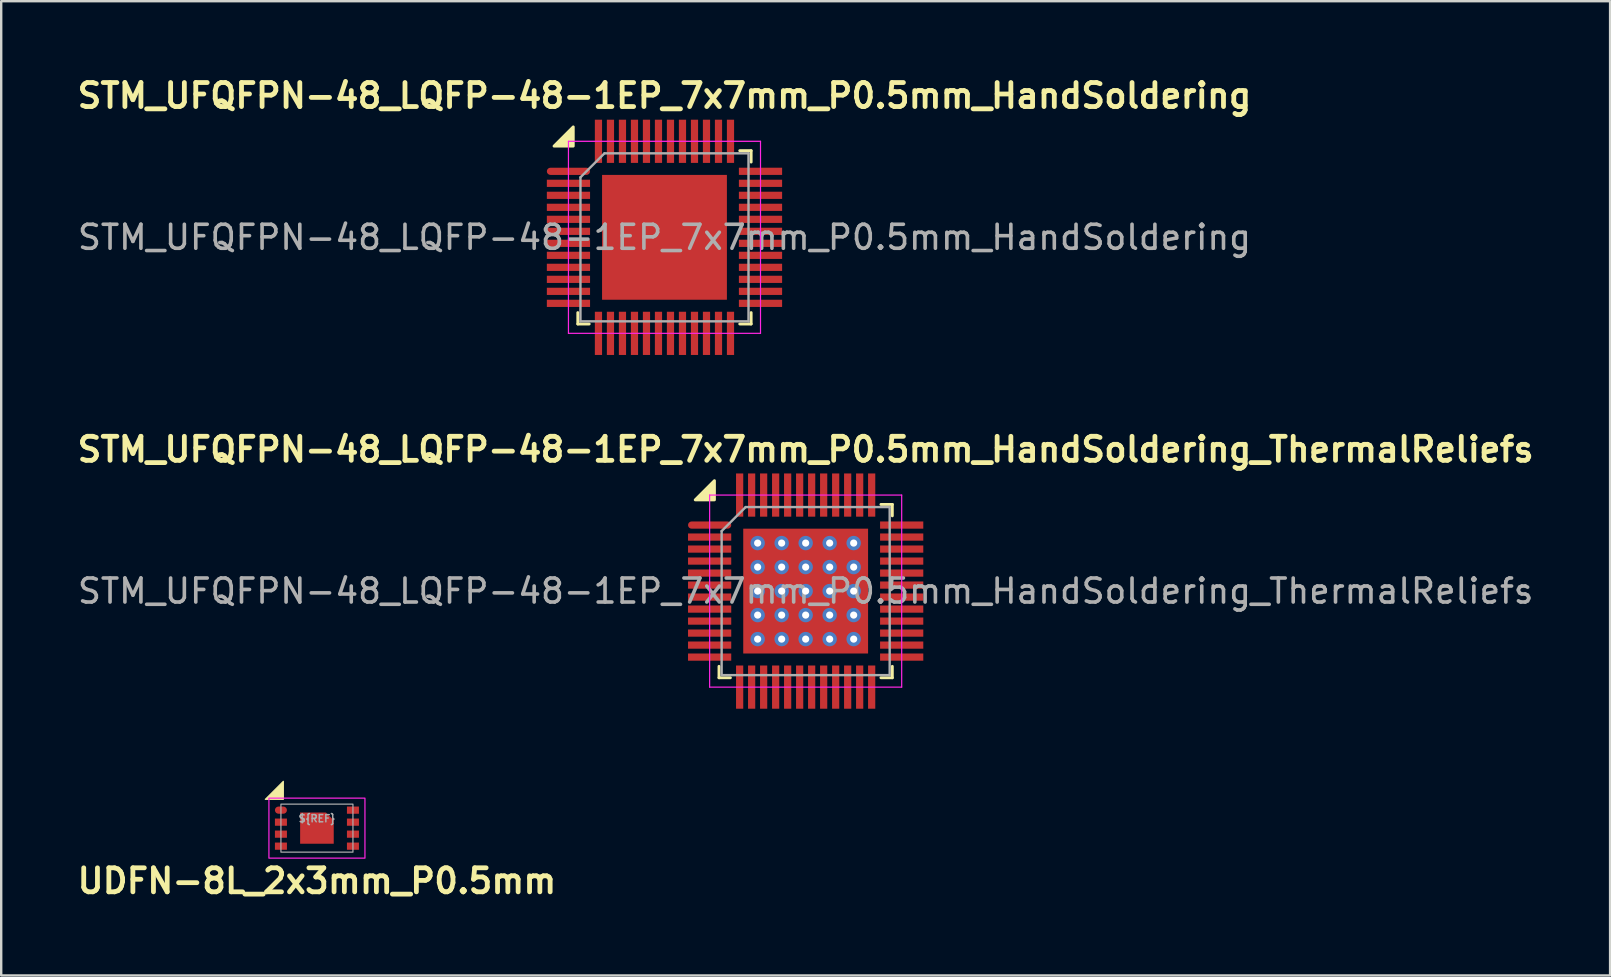
<source format=kicad_pcb>
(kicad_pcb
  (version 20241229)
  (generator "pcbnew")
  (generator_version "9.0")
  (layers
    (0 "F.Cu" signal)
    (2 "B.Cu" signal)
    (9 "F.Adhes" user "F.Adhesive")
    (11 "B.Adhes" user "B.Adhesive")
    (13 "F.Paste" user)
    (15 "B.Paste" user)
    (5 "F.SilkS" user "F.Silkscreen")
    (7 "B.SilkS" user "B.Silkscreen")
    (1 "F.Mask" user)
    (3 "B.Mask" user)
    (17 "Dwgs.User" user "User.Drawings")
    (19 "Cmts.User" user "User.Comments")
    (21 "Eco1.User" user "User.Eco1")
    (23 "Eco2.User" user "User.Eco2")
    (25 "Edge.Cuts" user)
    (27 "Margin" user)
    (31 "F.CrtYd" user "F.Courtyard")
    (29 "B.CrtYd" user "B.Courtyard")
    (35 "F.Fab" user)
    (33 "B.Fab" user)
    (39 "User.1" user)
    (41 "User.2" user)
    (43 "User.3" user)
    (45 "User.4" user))
  (footprint "STM_UFQFPN-48_LQFP-48-1EP_7x7mm_P0.5mm_HandSoldering_ThermalReliefs"
    (layer "F.Cu")
    (at 30.51 21.572)
    (property "Reference" "STM_UFQFPN-48_LQFP-48-1EP_7x7mm_P0.5mm_HandSoldering_ThermalReliefs" (at 0 -5.9 0) (layer "F.SilkS") (effects (font (size 1 1) (thickness 0.2))))
    (attr smd)
    (fp_line (start -3.61 3.61) (end -3.61 3.135) (stroke (width 0.12) (type solid)) (layer "F.SilkS"))
    (fp_line (start -3.135 3.61) (end -3.61 3.61) (stroke (width 0.12) (type solid)) (layer "F.SilkS"))
    (fp_line (start 3.135 -3.61) (end 3.61 -3.61) (stroke (width 0.12) (type solid)) (layer "F.SilkS"))
    (fp_line (start 3.135 3.61) (end 3.61 3.61) (stroke (width 0.12) (type solid)) (layer "F.SilkS"))
    (fp_line (start 3.61 -3.61) (end 3.61 -3.135) (stroke (width 0.12) (type solid)) (layer "F.SilkS"))
    (fp_line (start 3.61 3.61) (end 3.61 3.135) (stroke (width 0.12) (type solid)) (layer "F.SilkS"))
    (fp_poly (pts (xy -3.8 -3.8) (xy -4.6 -3.8) (xy -3.8 -4.6)) (stroke (width 0.12) (type solid)) (fill yes) (layer "F.SilkS"))
    (fp_line (start -4 -4) (end -4 4) (stroke (width 0.05) (type solid)) (layer "F.CrtYd"))
    (fp_line (start -4 4) (end 4 4) (stroke (width 0.05) (type solid)) (layer "F.CrtYd"))
    (fp_line (start 4 -4) (end -4 -4) (stroke (width 0.05) (type solid)) (layer "F.CrtYd"))
    (fp_line (start 4 4) (end 4 -4) (stroke (width 0.05) (type solid)) (layer "F.CrtYd"))
    (fp_line (start -3.5 -2.5) (end -2.5 -3.5) (stroke (width 0.1) (type solid)) (layer "F.Fab"))
    (fp_line (start -3.5 3.5) (end -3.5 -2.5) (stroke (width 0.1) (type solid)) (layer "F.Fab"))
    (fp_line (start -2.5 -3.5) (end 3.5 -3.5) (stroke (width 0.1) (type solid)) (layer "F.Fab"))
    (fp_line (start 3.5 -3.5) (end 3.5 3.5) (stroke (width 0.1) (type solid)) (layer "F.Fab"))
    (fp_line (start 3.5 3.5) (end -3.5 3.5) (stroke (width 0.1) (type solid)) (layer "F.Fab"))
    (fp_text user "${REFERENCE}" (at 0 0 0) (layer "F.Fab") (effects (font (size 1 1) (thickness 0.15))))
    (pad "" smd roundrect (at -2.04 -2.04) (size 1.1 1.1) (layers "F.Paste") (roundrect_rratio 0.227))
    (pad "" smd roundrect (at -2.04 -0.68) (size 1.1 1.1) (layers "F.Paste") (roundrect_rratio 0.227))
    (pad "" smd roundrect (at -2.04 0.68) (size 1.1 1.1) (layers "F.Paste") (roundrect_rratio 0.227))
    (pad "" smd roundrect (at -2.04 2.04) (size 1.1 1.1) (layers "F.Paste") (roundrect_rratio 0.227))
    (pad "" smd roundrect (at -0.68 -2.04) (size 1.1 1.1) (layers "F.Paste") (roundrect_rratio 0.227))
    (pad "" smd roundrect (at -0.68 -0.68) (size 1.1 1.1) (layers "F.Paste") (roundrect_rratio 0.227))
    (pad "" smd roundrect (at -0.68 0.68) (size 1.1 1.1) (layers "F.Paste") (roundrect_rratio 0.227))
    (pad "" smd roundrect (at -0.68 2.04) (size 1.1 1.1) (layers "F.Paste") (roundrect_rratio 0.227))
    (pad "" smd roundrect (at 0.68 -2.04) (size 1.1 1.1) (layers "F.Paste") (roundrect_rratio 0.227))
    (pad "" smd roundrect (at 0.68 -0.68) (size 1.1 1.1) (layers "F.Paste") (roundrect_rratio 0.227))
    (pad "" smd roundrect (at 0.68 0.68) (size 1.1 1.1) (layers "F.Paste") (roundrect_rratio 0.227))
    (pad "" smd roundrect (at 0.68 2.04) (size 1.1 1.1) (layers "F.Paste") (roundrect_rratio 0.227))
    (pad "" smd roundrect (at 2.04 -2.04) (size 1.1 1.1) (layers "F.Paste") (roundrect_rratio 0.227))
    (pad "" smd roundrect (at 2.04 -0.68) (size 1.1 1.1) (layers "F.Paste") (roundrect_rratio 0.227))
    (pad "" smd roundrect (at 2.04 0.68) (size 1.1 1.1) (layers "F.Paste") (roundrect_rratio 0.227))
    (pad "" smd roundrect (at 2.04 2.04) (size 1.1 1.1) (layers "F.Paste") (roundrect_rratio 0.227))
    (pad "1" smd roundrect (at -4 -2.75) (size 1.8 0.3) (layers "F.Cu" "F.Mask" "F.Paste") (roundrect_rratio 0.5))
    (pad "2" smd rect (at -4 -2.25) (size 1.8 0.3) (layers "F.Cu" "F.Mask" "F.Paste"))
    (pad "3" smd rect (at -4 -1.75) (size 1.8 0.3) (layers "F.Cu" "F.Mask" "F.Paste"))
    (pad "4" smd rect (at -4 -1.25) (size 1.8 0.3) (layers "F.Cu" "F.Mask" "F.Paste"))
    (pad "5" smd rect (at -4 -0.75) (size 1.8 0.3) (layers "F.Cu" "F.Mask" "F.Paste"))
    (pad "6" smd rect (at -4 -0.25) (size 1.8 0.3) (layers "F.Cu" "F.Mask" "F.Paste"))
    (pad "7" smd rect (at -4 0.25) (size 1.8 0.3) (layers "F.Cu" "F.Mask" "F.Paste"))
    (pad "8" smd rect (at -4 0.75) (size 1.8 0.3) (layers "F.Cu" "F.Mask" "F.Paste"))
    (pad "9" smd rect (at -4 1.25) (size 1.8 0.3) (layers "F.Cu" "F.Mask" "F.Paste"))
    (pad "10" smd rect (at -4 1.75) (size 1.8 0.3) (layers "F.Cu" "F.Mask" "F.Paste"))
    (pad "11" smd rect (at -4 2.25) (size 1.8 0.3) (layers "F.Cu" "F.Mask" "F.Paste"))
    (pad "12" smd rect (at -4 2.75) (size 1.8 0.3) (layers "F.Cu" "F.Mask" "F.Paste"))
    (pad "13" smd rect (at -2.75 4 90) (size 1.8 0.3) (layers "F.Cu" "F.Mask" "F.Paste"))
    (pad "14" smd rect (at -2.25 4 90) (size 1.8 0.3) (layers "F.Cu" "F.Mask" "F.Paste"))
    (pad "15" smd rect (at -1.75 4 90) (size 1.8 0.3) (layers "F.Cu" "F.Mask" "F.Paste"))
    (pad "16" smd rect (at -1.25 4 90) (size 1.8 0.3) (layers "F.Cu" "F.Mask" "F.Paste"))
    (pad "17" smd rect (at -0.75 4 90) (size 1.8 0.3) (layers "F.Cu" "F.Mask" "F.Paste"))
    (pad "18" smd rect (at -0.25 4 90) (size 1.8 0.3) (layers "F.Cu" "F.Mask" "F.Paste"))
    (pad "19" smd rect (at 0.25 4 90) (size 1.8 0.3) (layers "F.Cu" "F.Mask" "F.Paste"))
    (pad "20" smd rect (at 0.75 4 90) (size 1.8 0.3) (layers "F.Cu" "F.Mask" "F.Paste"))
    (pad "21" smd rect (at 1.25 4 90) (size 1.8 0.3) (layers "F.Cu" "F.Mask" "F.Paste"))
    (pad "22" smd rect (at 1.75 4 90) (size 1.8 0.3) (layers "F.Cu" "F.Mask" "F.Paste"))
    (pad "23" smd rect (at 2.25 4 90) (size 1.8 0.3) (layers "F.Cu" "F.Mask" "F.Paste"))
    (pad "24" smd rect (at 2.75 4 90) (size 1.8 0.3) (layers "F.Cu" "F.Mask" "F.Paste"))
    (pad "25" smd rect (at 4 2.75) (size 1.8 0.3) (layers "F.Cu" "F.Mask" "F.Paste"))
    (pad "26" smd rect (at 4 2.25) (size 1.8 0.3) (layers "F.Cu" "F.Mask" "F.Paste"))
    (pad "27" smd rect (at 4 1.75) (size 1.8 0.3) (layers "F.Cu" "F.Mask" "F.Paste"))
    (pad "28" smd rect (at 4 1.25) (size 1.8 0.3) (layers "F.Cu" "F.Mask" "F.Paste"))
    (pad "29" smd rect (at 4 0.75) (size 1.8 0.3) (layers "F.Cu" "F.Mask" "F.Paste"))
    (pad "30" smd rect (at 4 0.25) (size 1.8 0.3) (layers "F.Cu" "F.Mask" "F.Paste"))
    (pad "31" smd rect (at 4 -0.25) (size 1.8 0.3) (layers "F.Cu" "F.Mask" "F.Paste"))
    (pad "32" smd rect (at 4 -0.75) (size 1.8 0.3) (layers "F.Cu" "F.Mask" "F.Paste"))
    (pad "33" smd rect (at 4 -1.25) (size 1.8 0.3) (layers "F.Cu" "F.Mask" "F.Paste"))
    (pad "34" smd rect (at 4 -1.75) (size 1.8 0.3) (layers "F.Cu" "F.Mask" "F.Paste"))
    (pad "35" smd rect (at 4 -2.25) (size 1.8 0.3) (layers "F.Cu" "F.Mask" "F.Paste"))
    (pad "36" smd rect (at 4 -2.75) (size 1.8 0.3) (layers "F.Cu" "F.Mask" "F.Paste"))
    (pad "37" smd rect (at 2.75 -4 90) (size 1.8 0.3) (layers "F.Cu" "F.Mask" "F.Paste"))
    (pad "38" smd rect (at 2.25 -4 90) (size 1.8 0.3) (layers "F.Cu" "F.Mask" "F.Paste"))
    (pad "39" smd rect (at 1.75 -4 90) (size 1.8 0.3) (layers "F.Cu" "F.Mask" "F.Paste"))
    (pad "40" smd rect (at 1.25 -4 90) (size 1.8 0.3) (layers "F.Cu" "F.Mask" "F.Paste"))
    (pad "41" smd rect (at 0.75 -4 90) (size 1.8 0.3) (layers "F.Cu" "F.Mask" "F.Paste"))
    (pad "42" smd rect (at 0.25 -4 90) (size 1.8 0.3) (layers "F.Cu" "F.Mask" "F.Paste"))
    (pad "43" smd rect (at -0.25 -4 90) (size 1.8 0.3) (layers "F.Cu" "F.Mask" "F.Paste"))
    (pad "44" smd rect (at -0.75 -4 90) (size 1.8 0.3) (layers "F.Cu" "F.Mask" "F.Paste"))
    (pad "45" smd rect (at -1.25 -4 90) (size 1.8 0.3) (layers "F.Cu" "F.Mask" "F.Paste"))
    (pad "46" smd rect (at -1.75 -4 90) (size 1.8 0.3) (layers "F.Cu" "F.Mask" "F.Paste"))
    (pad "47" smd rect (at -2.25 -4 90) (size 1.8 0.3) (layers "F.Cu" "F.Mask" "F.Paste"))
    (pad "47" thru_hole circle (at -2 -2) (size 0.6 0.6) (drill 0.3) (layers "*.Cu" "F.Mask"))
    (pad "47" thru_hole circle (at -2 -1) (size 0.6 0.6) (drill 0.3) (layers "*.Cu" "F.Mask"))
    (pad "47" thru_hole circle (at -2 0) (size 0.6 0.6) (drill 0.3) (layers "*.Cu" "F.Mask"))
    (pad "47" thru_hole circle (at -2 1) (size 0.6 0.6) (drill 0.3) (layers "*.Cu" "F.Mask"))
    (pad "47" thru_hole circle (at -2 2) (size 0.6 0.6) (drill 0.3) (layers "*.Cu" "F.Mask"))
    (pad "47" thru_hole circle (at -1 -2) (size 0.6 0.6) (drill 0.3) (layers "*.Cu" "F.Mask"))
    (pad "47" thru_hole circle (at -1 -1) (size 0.6 0.6) (drill 0.3) (layers "*.Cu" "F.Mask"))
    (pad "47" thru_hole circle (at -1 0) (size 0.6 0.6) (drill 0.3) (layers "*.Cu" "F.Mask"))
    (pad "47" thru_hole circle (at -1 1) (size 0.6 0.6) (drill 0.3) (layers "*.Cu" "F.Mask"))
    (pad "47" thru_hole circle (at -1 2) (size 0.6 0.6) (drill 0.3) (layers "*.Cu" "F.Mask"))
    (pad "47" thru_hole circle (at 0 -2) (size 0.6 0.6) (drill 0.3) (layers "*.Cu" "F.Mask"))
    (pad "47" thru_hole circle (at 0 -1) (size 0.6 0.6) (drill 0.3) (layers "*.Cu" "F.Mask"))
    (pad "47" thru_hole circle (at 0 0) (size 0.6 0.6) (drill 0.3) (layers "*.Cu" "F.Mask"))
    (pad "47" smd rect (at 0 0) (size 5.2 5.2) (layers "F.Cu" "F.Mask"))
    (pad "47" thru_hole circle (at 0 1) (size 0.6 0.6) (drill 0.3) (layers "*.Cu" "F.Mask"))
    (pad "47" thru_hole circle (at 0 2) (size 0.6 0.6) (drill 0.3) (layers "*.Cu" "F.Mask"))
    (pad "47" thru_hole circle (at 1 -2) (size 0.6 0.6) (drill 0.3) (layers "*.Cu" "F.Mask"))
    (pad "47" thru_hole circle (at 1 -1) (size 0.6 0.6) (drill 0.3) (layers "*.Cu" "F.Mask"))
    (pad "47" thru_hole circle (at 1 0) (size 0.6 0.6) (drill 0.3) (layers "*.Cu" "F.Mask"))
    (pad "47" thru_hole circle (at 1 1) (size 0.6 0.6) (drill 0.3) (layers "*.Cu" "F.Mask"))
    (pad "47" thru_hole circle (at 1 2) (size 0.6 0.6) (drill 0.3) (layers "*.Cu" "F.Mask"))
    (pad "47" thru_hole circle (at 2 -2) (size 0.6 0.6) (drill 0.3) (layers "*.Cu" "F.Mask"))
    (pad "47" thru_hole circle (at 2 -1) (size 0.6 0.6) (drill 0.3) (layers "*.Cu" "F.Mask"))
    (pad "47" thru_hole circle (at 2 0) (size 0.6 0.6) (drill 0.3) (layers "*.Cu" "F.Mask"))
    (pad "47" thru_hole circle (at 2 1) (size 0.6 0.6) (drill 0.3) (layers "*.Cu" "F.Mask"))
    (pad "47" thru_hole circle (at 2 2) (size 0.6 0.6) (drill 0.3) (layers "*.Cu" "F.Mask"))
    (pad "48" smd rect (at -2.75 -4 90) (size 1.8 0.3) (layers "F.Cu" "F.Mask" "F.Paste")))
  (footprint "STM_UFQFPN-48_LQFP-48-1EP_7x7mm_P0.5mm_HandSoldering"
    (layer "F.Cu")
    (at 24.629 6.836)
    (property "Reference" "STM_UFQFPN-48_LQFP-48-1EP_7x7mm_P0.5mm_HandSoldering" (at 0 -5.9 0) (layer "F.SilkS") (effects (font (size 1 1) (thickness 0.2))))
    (attr smd)
    (fp_line (start -3.61 3.61) (end -3.61 3.135) (stroke (width 0.12) (type solid)) (layer "F.SilkS"))
    (fp_line (start -3.135 3.61) (end -3.61 3.61) (stroke (width 0.12) (type solid)) (layer "F.SilkS"))
    (fp_line (start 3.135 -3.61) (end 3.61 -3.61) (stroke (width 0.12) (type solid)) (layer "F.SilkS"))
    (fp_line (start 3.135 3.61) (end 3.61 3.61) (stroke (width 0.12) (type solid)) (layer "F.SilkS"))
    (fp_line (start 3.61 -3.61) (end 3.61 -3.135) (stroke (width 0.12) (type solid)) (layer "F.SilkS"))
    (fp_line (start 3.61 3.61) (end 3.61 3.135) (stroke (width 0.12) (type solid)) (layer "F.SilkS"))
    (fp_poly (pts (xy -3.8 -3.8) (xy -4.6 -3.8) (xy -3.8 -4.6)) (stroke (width 0.12) (type solid)) (fill yes) (layer "F.SilkS"))
    (fp_line (start -4 -4) (end -4 4) (stroke (width 0.05) (type solid)) (layer "F.CrtYd"))
    (fp_line (start -4 4) (end 4 4) (stroke (width 0.05) (type solid)) (layer "F.CrtYd"))
    (fp_line (start 4 -4) (end -4 -4) (stroke (width 0.05) (type solid)) (layer "F.CrtYd"))
    (fp_line (start 4 4) (end 4 -4) (stroke (width 0.05) (type solid)) (layer "F.CrtYd"))
    (fp_line (start -3.5 -2.5) (end -2.5 -3.5) (stroke (width 0.1) (type solid)) (layer "F.Fab"))
    (fp_line (start -3.5 3.5) (end -3.5 -2.5) (stroke (width 0.1) (type solid)) (layer "F.Fab"))
    (fp_line (start -2.5 -3.5) (end 3.5 -3.5) (stroke (width 0.1) (type solid)) (layer "F.Fab"))
    (fp_line (start 3.5 -3.5) (end 3.5 3.5) (stroke (width 0.1) (type solid)) (layer "F.Fab"))
    (fp_line (start 3.5 3.5) (end -3.5 3.5) (stroke (width 0.1) (type solid)) (layer "F.Fab"))
    (fp_text user "${REFERENCE}" (at 0 0 0) (layer "F.Fab") (effects (font (size 1 1) (thickness 0.15))))
    (pad "" smd roundrect (at -2.04 -2.04) (size 1.1 1.1) (layers "F.Paste") (roundrect_rratio 0.227))
    (pad "" smd roundrect (at -2.04 -0.68) (size 1.1 1.1) (layers "F.Paste") (roundrect_rratio 0.227))
    (pad "" smd roundrect (at -2.04 0.68) (size 1.1 1.1) (layers "F.Paste") (roundrect_rratio 0.227))
    (pad "" smd roundrect (at -2.04 2.04) (size 1.1 1.1) (layers "F.Paste") (roundrect_rratio 0.227))
    (pad "" smd roundrect (at -0.68 -2.04) (size 1.1 1.1) (layers "F.Paste") (roundrect_rratio 0.227))
    (pad "" smd roundrect (at -0.68 -0.68) (size 1.1 1.1) (layers "F.Paste") (roundrect_rratio 0.227))
    (pad "" smd roundrect (at -0.68 0.68) (size 1.1 1.1) (layers "F.Paste") (roundrect_rratio 0.227))
    (pad "" smd roundrect (at -0.68 2.04) (size 1.1 1.1) (layers "F.Paste") (roundrect_rratio 0.227))
    (pad "" smd roundrect (at 0.68 -2.04) (size 1.1 1.1) (layers "F.Paste") (roundrect_rratio 0.227))
    (pad "" smd roundrect (at 0.68 -0.68) (size 1.1 1.1) (layers "F.Paste") (roundrect_rratio 0.227))
    (pad "" smd roundrect (at 0.68 0.68) (size 1.1 1.1) (layers "F.Paste") (roundrect_rratio 0.227))
    (pad "" smd roundrect (at 0.68 2.04) (size 1.1 1.1) (layers "F.Paste") (roundrect_rratio 0.227))
    (pad "" smd roundrect (at 2.04 -2.04) (size 1.1 1.1) (layers "F.Paste") (roundrect_rratio 0.227))
    (pad "" smd roundrect (at 2.04 -0.68) (size 1.1 1.1) (layers "F.Paste") (roundrect_rratio 0.227))
    (pad "" smd roundrect (at 2.04 0.68) (size 1.1 1.1) (layers "F.Paste") (roundrect_rratio 0.227))
    (pad "" smd roundrect (at 2.04 2.04) (size 1.1 1.1) (layers "F.Paste") (roundrect_rratio 0.227))
    (pad "1" smd roundrect (at -4 -2.75) (size 1.8 0.3) (layers "F.Cu" "F.Mask" "F.Paste") (roundrect_rratio 0.5))
    (pad "2" smd rect (at -4 -2.25) (size 1.8 0.3) (layers "F.Cu" "F.Mask" "F.Paste"))
    (pad "3" smd rect (at -4 -1.75) (size 1.8 0.3) (layers "F.Cu" "F.Mask" "F.Paste"))
    (pad "4" smd rect (at -4 -1.25) (size 1.8 0.3) (layers "F.Cu" "F.Mask" "F.Paste"))
    (pad "5" smd rect (at -4 -0.75) (size 1.8 0.3) (layers "F.Cu" "F.Mask" "F.Paste"))
    (pad "6" smd rect (at -4 -0.25) (size 1.8 0.3) (layers "F.Cu" "F.Mask" "F.Paste"))
    (pad "7" smd rect (at -4 0.25) (size 1.8 0.3) (layers "F.Cu" "F.Mask" "F.Paste"))
    (pad "8" smd rect (at -4 0.75) (size 1.8 0.3) (layers "F.Cu" "F.Mask" "F.Paste"))
    (pad "9" smd rect (at -4 1.25) (size 1.8 0.3) (layers "F.Cu" "F.Mask" "F.Paste"))
    (pad "10" smd rect (at -4 1.75) (size 1.8 0.3) (layers "F.Cu" "F.Mask" "F.Paste"))
    (pad "11" smd rect (at -4 2.25) (size 1.8 0.3) (layers "F.Cu" "F.Mask" "F.Paste"))
    (pad "12" smd rect (at -4 2.75) (size 1.8 0.3) (layers "F.Cu" "F.Mask" "F.Paste"))
    (pad "13" smd rect (at -2.75 4 90) (size 1.8 0.3) (layers "F.Cu" "F.Mask" "F.Paste"))
    (pad "14" smd rect (at -2.25 4 90) (size 1.8 0.3) (layers "F.Cu" "F.Mask" "F.Paste"))
    (pad "15" smd rect (at -1.75 4 90) (size 1.8 0.3) (layers "F.Cu" "F.Mask" "F.Paste"))
    (pad "16" smd rect (at -1.25 4 90) (size 1.8 0.3) (layers "F.Cu" "F.Mask" "F.Paste"))
    (pad "17" smd rect (at -0.75 4 90) (size 1.8 0.3) (layers "F.Cu" "F.Mask" "F.Paste"))
    (pad "18" smd rect (at -0.25 4 90) (size 1.8 0.3) (layers "F.Cu" "F.Mask" "F.Paste"))
    (pad "19" smd rect (at 0.25 4 90) (size 1.8 0.3) (layers "F.Cu" "F.Mask" "F.Paste"))
    (pad "20" smd rect (at 0.75 4 90) (size 1.8 0.3) (layers "F.Cu" "F.Mask" "F.Paste"))
    (pad "21" smd rect (at 1.25 4 90) (size 1.8 0.3) (layers "F.Cu" "F.Mask" "F.Paste"))
    (pad "22" smd rect (at 1.75 4 90) (size 1.8 0.3) (layers "F.Cu" "F.Mask" "F.Paste"))
    (pad "23" smd rect (at 2.25 4 90) (size 1.8 0.3) (layers "F.Cu" "F.Mask" "F.Paste"))
    (pad "24" smd rect (at 2.75 4 90) (size 1.8 0.3) (layers "F.Cu" "F.Mask" "F.Paste"))
    (pad "25" smd rect (at 4 2.75) (size 1.8 0.3) (layers "F.Cu" "F.Mask" "F.Paste"))
    (pad "26" smd rect (at 4 2.25) (size 1.8 0.3) (layers "F.Cu" "F.Mask" "F.Paste"))
    (pad "27" smd rect (at 4 1.75) (size 1.8 0.3) (layers "F.Cu" "F.Mask" "F.Paste"))
    (pad "28" smd rect (at 4 1.25) (size 1.8 0.3) (layers "F.Cu" "F.Mask" "F.Paste"))
    (pad "29" smd rect (at 4 0.75) (size 1.8 0.3) (layers "F.Cu" "F.Mask" "F.Paste"))
    (pad "30" smd rect (at 4 0.25) (size 1.8 0.3) (layers "F.Cu" "F.Mask" "F.Paste"))
    (pad "31" smd rect (at 4 -0.25) (size 1.8 0.3) (layers "F.Cu" "F.Mask" "F.Paste"))
    (pad "32" smd rect (at 4 -0.75) (size 1.8 0.3) (layers "F.Cu" "F.Mask" "F.Paste"))
    (pad "33" smd rect (at 4 -1.25) (size 1.8 0.3) (layers "F.Cu" "F.Mask" "F.Paste"))
    (pad "34" smd rect (at 4 -1.75) (size 1.8 0.3) (layers "F.Cu" "F.Mask" "F.Paste"))
    (pad "35" smd rect (at 4 -2.25) (size 1.8 0.3) (layers "F.Cu" "F.Mask" "F.Paste"))
    (pad "36" smd rect (at 4 -2.75) (size 1.8 0.3) (layers "F.Cu" "F.Mask" "F.Paste"))
    (pad "37" smd rect (at 2.75 -4 90) (size 1.8 0.3) (layers "F.Cu" "F.Mask" "F.Paste"))
    (pad "38" smd rect (at 2.25 -4 90) (size 1.8 0.3) (layers "F.Cu" "F.Mask" "F.Paste"))
    (pad "39" smd rect (at 1.75 -4 90) (size 1.8 0.3) (layers "F.Cu" "F.Mask" "F.Paste"))
    (pad "40" smd rect (at 1.25 -4 90) (size 1.8 0.3) (layers "F.Cu" "F.Mask" "F.Paste"))
    (pad "41" smd rect (at 0.75 -4 90) (size 1.8 0.3) (layers "F.Cu" "F.Mask" "F.Paste"))
    (pad "42" smd rect (at 0.25 -4 90) (size 1.8 0.3) (layers "F.Cu" "F.Mask" "F.Paste"))
    (pad "43" smd rect (at -0.25 -4 90) (size 1.8 0.3) (layers "F.Cu" "F.Mask" "F.Paste"))
    (pad "44" smd rect (at -0.75 -4 90) (size 1.8 0.3) (layers "F.Cu" "F.Mask" "F.Paste"))
    (pad "45" smd rect (at -1.25 -4 90) (size 1.8 0.3) (layers "F.Cu" "F.Mask" "F.Paste"))
    (pad "46" smd rect (at -1.75 -4 90) (size 1.8 0.3) (layers "F.Cu" "F.Mask" "F.Paste"))
    (pad "47" smd rect (at -2.25 -4 90) (size 1.8 0.3) (layers "F.Cu" "F.Mask" "F.Paste"))
    (pad "47" smd rect (at 0 0) (size 5.2 5.2) (layers "F.Cu" "F.Mask"))
    (pad "48" smd rect (at -2.75 -4 90) (size 1.8 0.3) (layers "F.Cu" "F.Mask" "F.Paste")))
  (footprint "UDFN-8L_2x3mm_P0.5mm"
    (layer "F.Cu")
    (at 10.152 31.447)
    (property "Reference" "UDFN-8L_2x3mm_P0.5mm" (at 0 2.2 0) (unlocked yes) (layer "F.SilkS") (effects (font (size 1 1) (thickness 0.2))))
    (attr smd)
    (fp_poly (pts (xy -1.4 -1.95) (xy -1.4 -1.2) (xy -2.15 -1.2)) (stroke (width 0.05) (type solid)) (fill yes) (layer "F.SilkS"))
    (fp_rect (start -2 -1.25) (end 2 1.25) (stroke (width 0.05) (type solid)) (fill no) (layer "F.CrtYd"))
    (fp_rect (start -1.5 -1) (end 1.5 1) (stroke (width 0.05) (type solid)) (fill no) (layer "F.Fab"))
    (fp_text user "${REF}" (at 0 -0.4 0) (unlocked yes) (layer "F.Fab") (effects (font (size 0.3 0.3) (thickness 0.06))))
    (pad "1" smd roundrect (at -1.5 -0.75 90) (size 0.3 0.5) (layers "F.Cu" "F.Mask" "F.Paste") (roundrect_rratio 0.5))
    (pad "2" smd rect (at -1.5 -0.25 90) (size 0.3 0.5) (layers "F.Cu" "F.Mask" "F.Paste"))
    (pad "3" smd rect (at -1.5 0.25 90) (size 0.3 0.5) (layers "F.Cu" "F.Mask" "F.Paste"))
    (pad "4" smd rect (at -1.5 0.75 90) (size 0.3 0.5) (layers "F.Cu" "F.Mask" "F.Paste"))
    (pad "5" smd rect (at 1.5 0.75 90) (size 0.3 0.5) (layers "F.Cu" "F.Mask" "F.Paste"))
    (pad "6" smd rect (at 1.5 0.25 90) (size 0.3 0.5) (layers "F.Cu" "F.Mask" "F.Paste"))
    (pad "7" smd rect (at 1.5 -0.25 90) (size 0.3 0.5) (layers "F.Cu" "F.Mask" "F.Paste"))
    (pad "8" smd rect (at 1.5 -0.75 90) (size 0.3 0.5) (layers "F.Cu" "F.Mask" "F.Paste"))
    (pad "TH" smd roundrect (at 0 0 270) (size 1.3 1.4) (layers "F.Cu" "F.Mask" "F.Paste") (roundrect_rratio 0) (chamfer_ratio 0.25) (chamfer top_left)))
  (gr_rect
    (start -3 -3)
    (end 64.019 37.583)
    (stroke (width 0.1) (type default))
    (fill no)
    (layer "Edge.Cuts")))
</source>
